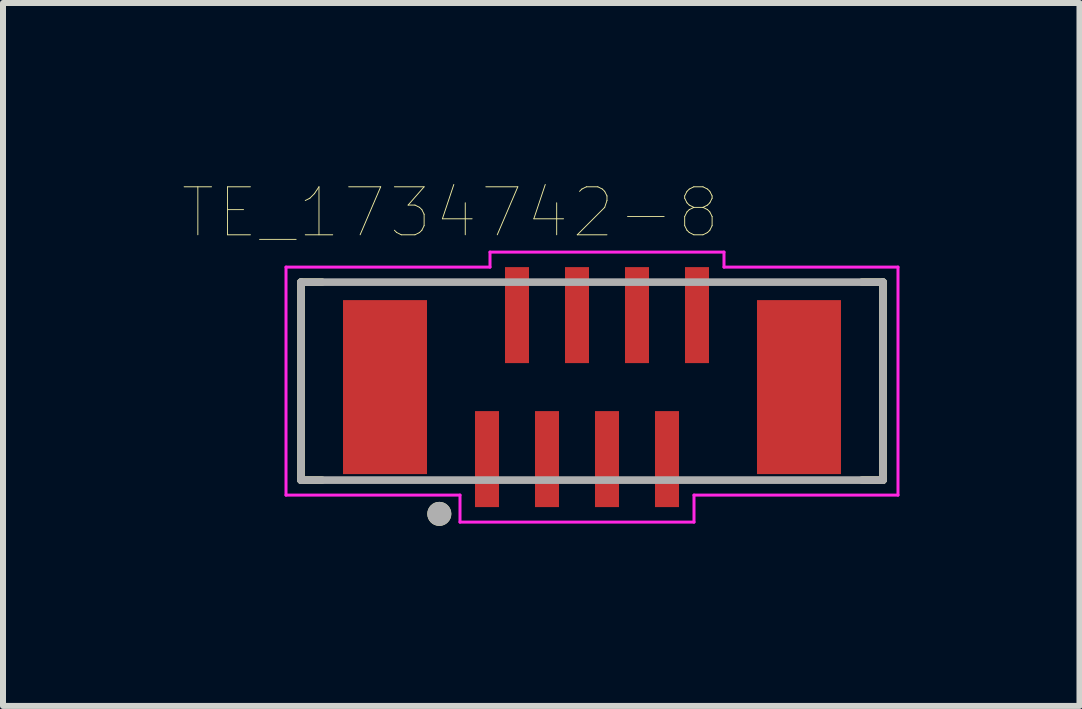
<source format=kicad_pcb>
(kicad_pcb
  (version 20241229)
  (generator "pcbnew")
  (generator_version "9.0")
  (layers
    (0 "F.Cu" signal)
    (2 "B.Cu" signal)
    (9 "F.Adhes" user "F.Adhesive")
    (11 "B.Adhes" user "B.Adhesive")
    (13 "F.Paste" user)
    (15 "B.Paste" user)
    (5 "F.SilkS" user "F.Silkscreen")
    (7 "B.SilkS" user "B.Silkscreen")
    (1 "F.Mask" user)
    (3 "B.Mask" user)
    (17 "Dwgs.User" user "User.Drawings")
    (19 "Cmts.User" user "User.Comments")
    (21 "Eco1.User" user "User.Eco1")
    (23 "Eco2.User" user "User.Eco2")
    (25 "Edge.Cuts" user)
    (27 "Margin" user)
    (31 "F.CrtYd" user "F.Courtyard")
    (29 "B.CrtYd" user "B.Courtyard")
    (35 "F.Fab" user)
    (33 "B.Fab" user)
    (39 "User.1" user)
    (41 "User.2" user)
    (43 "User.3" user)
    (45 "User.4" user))
  (footprint "TE_1734742-8"
    (layer "F.Cu")
    (at 6.817 3.402)
    (property "Reference" "TE_1734742-8" (at -2.36 -2.908 0) (layer "F.SilkS") (effects (font (size 0.8 0.8) (thickness 0.015))))
    (attr through_hole)
    (fp_line (start -4.85 -1.75) (end -4.85 1.55) (stroke (width 0.127) (type solid)) (layer "F.SilkS"))
    (fp_line (start -4.85 1.55) (end -4.5 1.55) (stroke (width 0.127) (type solid)) (layer "F.SilkS"))
    (fp_line (start -4.5 -1.75) (end -4.85 -1.75) (stroke (width 0.127) (type solid)) (layer "F.SilkS"))
    (fp_line (start 4.5 -1.75) (end 4.85 -1.75) (stroke (width 0.127) (type solid)) (layer "F.SilkS"))
    (fp_line (start 4.85 -1.75) (end 4.85 1.55) (stroke (width 0.127) (type solid)) (layer "F.SilkS"))
    (fp_line (start 4.85 1.55) (end 4.5 1.55) (stroke (width 0.127) (type solid)) (layer "F.SilkS"))
    (fp_circle (center -2.545 2.113) (end -2.445 2.113) (stroke (width 0.2) (type solid)) (fill no) (layer "F.SilkS"))
    (fp_line (start -5.1 -2) (end -1.7 -2) (stroke (width 0.05) (type solid)) (layer "F.CrtYd"))
    (fp_line (start -5.1 1.8) (end -5.1 -2) (stroke (width 0.05) (type solid)) (layer "F.CrtYd"))
    (fp_line (start -2.2 1.8) (end -5.1 1.8) (stroke (width 0.05) (type solid)) (layer "F.CrtYd"))
    (fp_line (start -2.2 2.25) (end -2.2 1.8) (stroke (width 0.05) (type solid)) (layer "F.CrtYd"))
    (fp_line (start -1.7 -2.25) (end 2.2 -2.25) (stroke (width 0.05) (type solid)) (layer "F.CrtYd"))
    (fp_line (start -1.7 -2) (end -1.7 -2.25) (stroke (width 0.05) (type solid)) (layer "F.CrtYd"))
    (fp_line (start 1.7 1.8) (end 1.7 2.25) (stroke (width 0.05) (type solid)) (layer "F.CrtYd"))
    (fp_line (start 1.7 2.25) (end -2.2 2.25) (stroke (width 0.05) (type solid)) (layer "F.CrtYd"))
    (fp_line (start 2.2 -2.25) (end 2.2 -2) (stroke (width 0.05) (type solid)) (layer "F.CrtYd"))
    (fp_line (start 2.2 -2) (end 5.1 -2) (stroke (width 0.05) (type solid)) (layer "F.CrtYd"))
    (fp_line (start 5.1 -2) (end 5.1 1.8) (stroke (width 0.05) (type solid)) (layer "F.CrtYd"))
    (fp_line (start 5.1 1.8) (end 1.7 1.8) (stroke (width 0.05) (type solid)) (layer "F.CrtYd"))
    (fp_line (start -4.85 -1.75) (end 4.85 -1.75) (stroke (width 0.127) (type solid)) (layer "F.Fab"))
    (fp_line (start -4.85 1.55) (end -4.85 -1.75) (stroke (width 0.127) (type solid)) (layer "F.Fab"))
    (fp_line (start 4.85 -1.75) (end 4.85 1.55) (stroke (width 0.127) (type solid)) (layer "F.Fab"))
    (fp_line (start 4.85 1.55) (end -4.85 1.55) (stroke (width 0.127) (type solid)) (layer "F.Fab"))
    (fp_circle (center -2.545 2.113) (end -2.445 2.113) (stroke (width 0.2) (type solid)) (fill no) (layer "F.Fab"))
    (pad "1" smd rect (at -1.75 1.2) (size 0.4 1.6) (layers "F.Cu" "F.Mask" "F.Paste"))
    (pad "2" smd rect (at -1.25 -1.2) (size 0.4 1.6) (layers "F.Cu" "F.Mask" "F.Paste"))
    (pad "3" smd rect (at -0.75 1.2) (size 0.4 1.6) (layers "F.Cu" "F.Mask" "F.Paste"))
    (pad "4" smd rect (at -0.25 -1.2) (size 0.4 1.6) (layers "F.Cu" "F.Mask" "F.Paste"))
    (pad "5" smd rect (at 0.25 1.2) (size 0.4 1.6) (layers "F.Cu" "F.Mask" "F.Paste"))
    (pad "6" smd rect (at 0.75 -1.2) (size 0.4 1.6) (layers "F.Cu" "F.Mask" "F.Paste"))
    (pad "7" smd rect (at 1.25 1.2) (size 0.4 1.6) (layers "F.Cu" "F.Mask" "F.Paste"))
    (pad "8" smd rect (at 1.75 -1.2) (size 0.4 1.6) (layers "F.Cu" "F.Mask" "F.Paste"))
    (pad "S1" smd rect (at -3.45 0) (size 1.4 2.9) (layers "F.Cu" "F.Mask" "F.Paste"))
    (pad "S2" smd rect (at 3.45 0) (size 1.4 2.9) (layers "F.Cu" "F.Mask" "F.Paste")))
  (gr_rect
    (start -3 -3)
    (end 14.942 8.716)
    (stroke (width 0.1) (type default))
    (fill no)
    (layer "Edge.Cuts")))
</source>
